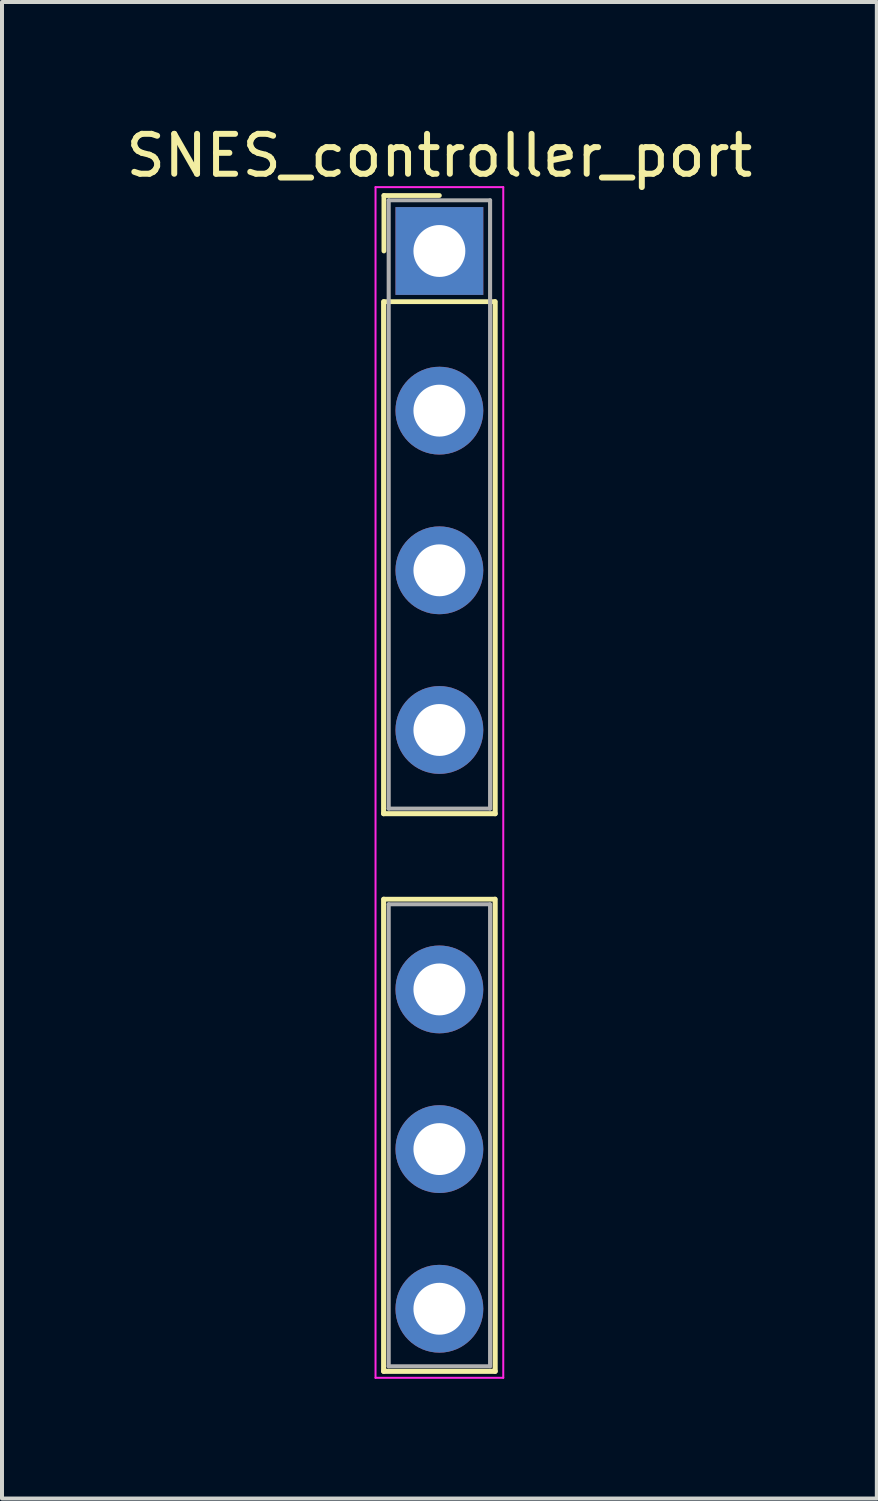
<source format=kicad_pcb>
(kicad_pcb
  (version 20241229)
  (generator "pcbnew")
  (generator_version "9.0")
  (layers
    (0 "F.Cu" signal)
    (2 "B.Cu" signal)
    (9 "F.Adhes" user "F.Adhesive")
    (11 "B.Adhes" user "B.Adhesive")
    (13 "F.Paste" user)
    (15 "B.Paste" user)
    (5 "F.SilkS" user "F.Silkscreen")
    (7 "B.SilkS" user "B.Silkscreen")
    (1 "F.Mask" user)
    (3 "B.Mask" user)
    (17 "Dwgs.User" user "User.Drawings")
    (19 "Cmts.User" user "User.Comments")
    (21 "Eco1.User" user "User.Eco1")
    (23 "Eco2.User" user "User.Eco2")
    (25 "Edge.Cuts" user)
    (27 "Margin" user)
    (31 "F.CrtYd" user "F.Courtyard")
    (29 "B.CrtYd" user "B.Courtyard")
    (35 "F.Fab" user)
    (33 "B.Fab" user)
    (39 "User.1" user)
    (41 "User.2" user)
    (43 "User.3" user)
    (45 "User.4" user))
  (footprint "SNES_controller_port"
    (layer "F.Cu")
    (at 7.958 3.238)
    (property "Reference" "SNES_controller_port" (at 0 -2.39 0) (layer "F.SilkS") (effects (font (size 1 1) (thickness 0.15))))
    (attr through_hole)
    (fp_line (start -1.397 1.27) (end -1.397 14.097) (stroke (width 0.127) (type solid)) (layer "F.SilkS"))
    (fp_line (start -1.397 14.097) (end 1.397 14.097) (stroke (width 0.127) (type solid)) (layer "F.SilkS"))
    (fp_line (start -1.397 16.24) (end -1.397 28.067) (stroke (width 0.127) (type solid)) (layer "F.SilkS"))
    (fp_line (start -1.397 28.067) (end 1.397 28.067) (stroke (width 0.127) (type solid)) (layer "F.SilkS"))
    (fp_line (start -1.39 -1.39) (end 0 -1.39) (stroke (width 0.12) (type solid)) (layer "F.SilkS"))
    (fp_line (start -1.39 0) (end -1.39 -1.39) (stroke (width 0.12) (type solid)) (layer "F.SilkS"))
    (fp_line (start 1.39 1.27) (end -1.39 1.27) (stroke (width 0.12) (type solid)) (layer "F.SilkS"))
    (fp_line (start 1.39 16.24) (end -1.39 16.24) (stroke (width 0.12) (type solid)) (layer "F.SilkS"))
    (fp_line (start 1.397 14.097) (end 1.397 1.27) (stroke (width 0.127) (type solid)) (layer "F.SilkS"))
    (fp_line (start 1.397 28.067) (end 1.397 16.24) (stroke (width 0.127) (type solid)) (layer "F.SilkS"))
    (fp_line (start -1.6 -1.6) (end -1.6 28.23) (stroke (width 0.05) (type solid)) (layer "F.CrtYd"))
    (fp_line (start -1.6 28.23) (end 1.6 28.23) (stroke (width 0.05) (type solid)) (layer "F.CrtYd"))
    (fp_line (start 1.6 -1.6) (end -1.6 -1.6) (stroke (width 0.05) (type solid)) (layer "F.CrtYd"))
    (fp_line (start 1.6 28.23) (end 1.6 -1.6) (stroke (width 0.05) (type solid)) (layer "F.CrtYd"))
    (fp_line (start -1.27 -1.27) (end -1.27 13.97) (stroke (width 0.102) (type solid)) (layer "F.Fab"))
    (fp_line (start -1.27 13.97) (end 1.27 13.97) (stroke (width 0.1) (type solid)) (layer "F.Fab"))
    (fp_line (start -1.27 16.367) (end -1.27 27.94) (stroke (width 0.102) (type solid)) (layer "F.Fab"))
    (fp_line (start -1.27 27.94) (end 1.27 27.94) (stroke (width 0.1) (type solid)) (layer "F.Fab"))
    (fp_line (start 1.27 -1.27) (end -1.27 -1.27) (stroke (width 0.1) (type solid)) (layer "F.Fab"))
    (fp_line (start 1.27 13.97) (end 1.27 -1.27) (stroke (width 0.102) (type solid)) (layer "F.Fab"))
    (fp_line (start 1.27 16.367) (end -1.27 16.367) (stroke (width 0.1) (type solid)) (layer "F.Fab"))
    (fp_line (start 1.27 27.94) (end 1.27 16.367) (stroke (width 0.102) (type solid)) (layer "F.Fab"))
    (pad "1" thru_hole rect (at 0 0) (size 2.2 2.2) (drill 1.3) (layers "*.Cu" "*.Mask"))
    (pad "2" thru_hole circle (at 0 4) (size 2.2 2.2) (drill 1.3) (layers "*.Cu" "*.Mask"))
    (pad "3" thru_hole circle (at 0 8) (size 2.2 2.2) (drill 1.3) (layers "*.Cu" "*.Mask"))
    (pad "4" thru_hole circle (at 0 12) (size 2.2 2.2) (drill 1.3) (layers "*.Cu" "*.Mask"))
    (pad "5" thru_hole circle (at 0 18.5) (size 2.2 2.2) (drill 1.3) (layers "*.Cu" "*.Mask"))
    (pad "6" thru_hole circle (at 0 22.5) (size 2.2 2.2) (drill 1.3) (layers "*.Cu" "*.Mask"))
    (pad "7" thru_hole circle (at 0 26.5) (size 2.2 2.2) (drill 1.3) (layers "*.Cu" "*.Mask")))
  (gr_rect
    (start -3 -3)
    (end 18.917 34.493)
    (stroke (width 0.1) (type default))
    (fill no)
    (layer "Edge.Cuts")))
</source>
